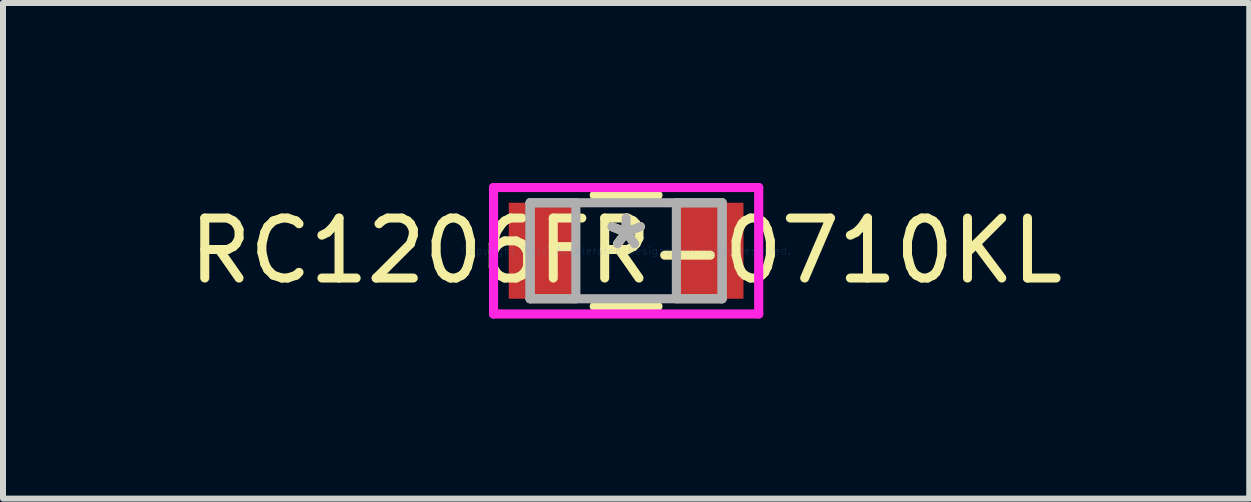
<source format=kicad_pcb>
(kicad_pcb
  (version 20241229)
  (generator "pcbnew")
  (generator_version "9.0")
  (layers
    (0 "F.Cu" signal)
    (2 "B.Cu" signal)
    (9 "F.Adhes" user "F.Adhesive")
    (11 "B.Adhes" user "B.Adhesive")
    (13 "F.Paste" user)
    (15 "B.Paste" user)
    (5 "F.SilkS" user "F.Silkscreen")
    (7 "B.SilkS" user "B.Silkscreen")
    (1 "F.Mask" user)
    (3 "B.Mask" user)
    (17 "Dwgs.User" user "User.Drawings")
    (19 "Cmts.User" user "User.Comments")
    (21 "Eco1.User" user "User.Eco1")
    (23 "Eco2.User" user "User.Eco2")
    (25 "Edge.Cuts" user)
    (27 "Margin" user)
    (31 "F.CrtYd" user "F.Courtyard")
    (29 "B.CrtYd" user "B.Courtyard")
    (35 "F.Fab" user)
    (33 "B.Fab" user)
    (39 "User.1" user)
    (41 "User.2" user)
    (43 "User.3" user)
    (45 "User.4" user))
  (footprint "RC1206FR-0710KL"
    (layer "F.Cu")
    (at 7.387 1.13)
    (property "Reference" "RC1206FR-0710KL" (at 0 0 0) (layer "F.SilkS") (effects (font (size 1 1) (thickness 0.15))))
    (attr through_hole)
    (fp_line (start -0.531 0.927) (end 0.531 0.927) (stroke (width 0.152) (type solid)) (layer "F.SilkS"))
    (fp_line (start 0.531 -0.927) (end -0.531 -0.927) (stroke (width 0.152) (type solid)) (layer "F.SilkS"))
    (fp_line (start -2.21 -1.054) (end 2.21 -1.054) (stroke (width 0.152) (type solid)) (layer "F.CrtYd"))
    (fp_line (start -2.21 1.054) (end -2.21 -1.054) (stroke (width 0.152) (type solid)) (layer "F.CrtYd"))
    (fp_line (start 2.21 -1.054) (end 2.21 1.054) (stroke (width 0.152) (type solid)) (layer "F.CrtYd"))
    (fp_line (start 2.21 1.054) (end -2.21 1.054) (stroke (width 0.152) (type solid)) (layer "F.CrtYd"))
    (fp_line (start -1.6 -0.8) (end -1.6 0.8) (stroke (width 0.152) (type solid)) (layer "F.Fab"))
    (fp_line (start -1.6 -0.8) (end -1.6 0.8) (stroke (width 0.152) (type solid)) (layer "F.Fab"))
    (fp_line (start -1.6 0.8) (end -0.838 0.8) (stroke (width 0.152) (type solid)) (layer "F.Fab"))
    (fp_line (start -1.6 0.8) (end 1.6 0.8) (stroke (width 0.152) (type solid)) (layer "F.Fab"))
    (fp_line (start -0.838 -0.8) (end -1.6 -0.8) (stroke (width 0.152) (type solid)) (layer "F.Fab"))
    (fp_line (start -0.838 0.8) (end -0.838 -0.8) (stroke (width 0.152) (type solid)) (layer "F.Fab"))
    (fp_line (start 0.838 -0.8) (end 0.838 0.8) (stroke (width 0.152) (type solid)) (layer "F.Fab"))
    (fp_line (start 0.838 0.8) (end 1.6 0.8) (stroke (width 0.152) (type solid)) (layer "F.Fab"))
    (fp_line (start 1.6 -0.8) (end -1.6 -0.8) (stroke (width 0.152) (type solid)) (layer "F.Fab"))
    (fp_line (start 1.6 -0.8) (end 0.838 -0.8) (stroke (width 0.152) (type solid)) (layer "F.Fab"))
    (fp_line (start 1.6 0.8) (end 1.6 -0.8) (stroke (width 0.152) (type solid)) (layer "F.Fab"))
    (fp_line (start 1.6 0.8) (end 1.6 -0.8) (stroke (width 0.152) (type solid)) (layer "F.Fab"))
    (fp_text user "*" (at 0 0 0) (layer "F.SilkS") (effects (font (size 1 1) (thickness 0.15))))
    (fp_text user "Copyright 2016 Accelerated Designs. All rights reserved." (at 0 0 0) (layer "Cmts.User") (effects (font (size 0.127 0.127) (thickness 0.002))))
    (fp_text user "*" (at 0 0 0) (layer "F.Fab") (effects (font (size 1 1) (thickness 0.15))))
    (pad "1" smd rect (at -1.397 0) (size 1.118 1.6) (layers "F.Cu" "F.Mask" "F.Paste"))
    (pad "2" smd rect (at 1.397 0) (size 1.118 1.6) (layers "F.Cu" "F.Mask" "F.Paste")))
  (gr_rect
    (start -3 -3)
    (end 17.774 5.261)
    (stroke (width 0.1) (type default))
    (fill no)
    (layer "Edge.Cuts")))
</source>
